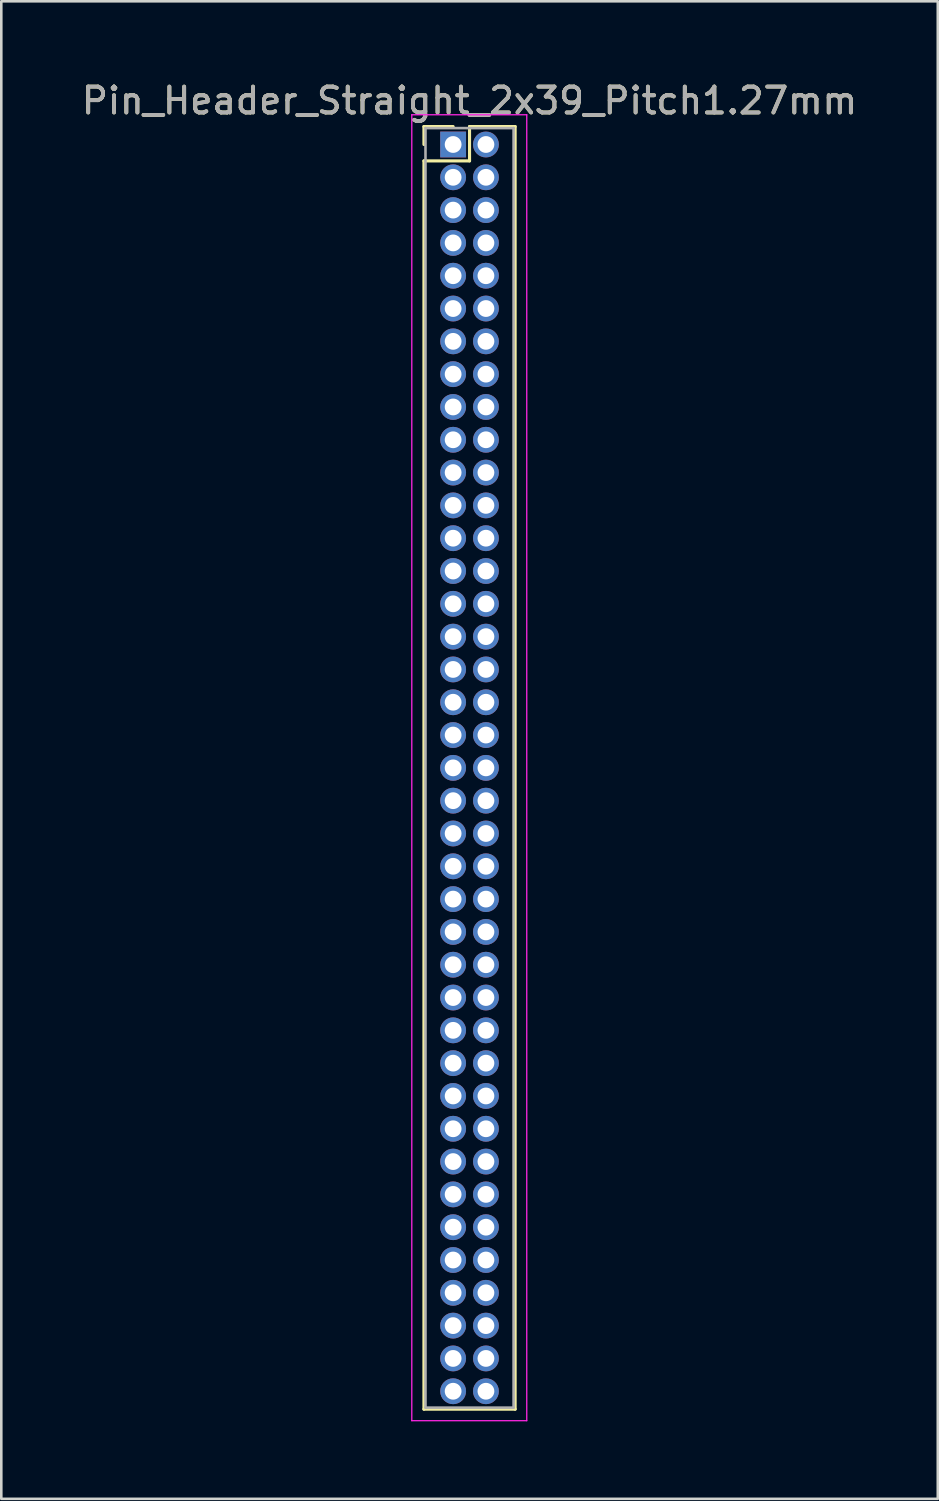
<source format=kicad_pcb>
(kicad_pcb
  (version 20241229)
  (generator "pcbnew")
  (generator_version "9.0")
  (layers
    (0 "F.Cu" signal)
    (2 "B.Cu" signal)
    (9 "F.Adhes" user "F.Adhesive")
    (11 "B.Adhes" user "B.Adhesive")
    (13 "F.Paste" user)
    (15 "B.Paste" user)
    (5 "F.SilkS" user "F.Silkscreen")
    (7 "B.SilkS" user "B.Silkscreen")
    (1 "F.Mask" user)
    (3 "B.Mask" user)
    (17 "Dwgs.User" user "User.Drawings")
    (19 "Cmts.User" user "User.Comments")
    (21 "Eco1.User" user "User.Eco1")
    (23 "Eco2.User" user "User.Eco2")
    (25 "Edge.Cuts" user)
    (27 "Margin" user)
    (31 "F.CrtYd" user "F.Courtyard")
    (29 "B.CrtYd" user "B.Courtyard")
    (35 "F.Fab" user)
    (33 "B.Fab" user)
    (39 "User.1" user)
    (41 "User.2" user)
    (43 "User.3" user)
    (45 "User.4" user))
  (footprint "Pin_Header_Straight_2x39_Pitch1.27mm"
    (layer "F.Cu")
    (at 14.49 2.543)
    (property "Reference" "Pin_Header_Straight_2x39_Pitch1.27mm" (at 0.635 -1.695 0) (layer "F.SilkS") (effects (font (size 1 1) (thickness 0.15))))
    (attr through_hole)
    (fp_line (start -1.13 -0.695) (end 0 -0.695) (stroke (width 0.12) (type solid)) (layer "F.SilkS"))
    (fp_line (start -1.13 0) (end -1.13 -0.695) (stroke (width 0.12) (type solid)) (layer "F.SilkS"))
    (fp_line (start -1.13 0.635) (end -1.13 48.955) (stroke (width 0.12) (type solid)) (layer "F.SilkS"))
    (fp_line (start -1.13 48.955) (end 2.4 48.955) (stroke (width 0.12) (type solid)) (layer "F.SilkS"))
    (fp_line (start 0.635 -0.695) (end 0.635 0.635) (stroke (width 0.12) (type solid)) (layer "F.SilkS"))
    (fp_line (start 0.635 0.635) (end -1.13 0.635) (stroke (width 0.12) (type solid)) (layer "F.SilkS"))
    (fp_line (start 2.4 -0.695) (end 0.635 -0.695) (stroke (width 0.12) (type solid)) (layer "F.SilkS"))
    (fp_line (start 2.4 48.955) (end 2.4 -0.695) (stroke (width 0.12) (type solid)) (layer "F.SilkS"))
    (fp_line (start -1.6 -1.15) (end -1.6 49.4) (stroke (width 0.05) (type solid)) (layer "F.CrtYd"))
    (fp_line (start -1.6 49.4) (end 2.85 49.4) (stroke (width 0.05) (type solid)) (layer "F.CrtYd"))
    (fp_line (start 2.85 -1.15) (end -1.6 -1.15) (stroke (width 0.05) (type solid)) (layer "F.CrtYd"))
    (fp_line (start 2.85 49.4) (end 2.85 -1.15) (stroke (width 0.05) (type solid)) (layer "F.CrtYd"))
    (fp_line (start -1.07 -0.635) (end -1.07 48.895) (stroke (width 0.1) (type solid)) (layer "F.Fab"))
    (fp_line (start -1.07 48.895) (end 2.34 48.895) (stroke (width 0.1) (type solid)) (layer "F.Fab"))
    (fp_line (start 2.34 -0.635) (end -1.07 -0.635) (stroke (width 0.1) (type solid)) (layer "F.Fab"))
    (fp_line (start 2.34 48.895) (end 2.34 -0.635) (stroke (width 0.1) (type solid)) (layer "F.Fab"))
    (fp_text user "${REFERENCE}" (at 0.635 -1.695 0) (layer "F.Fab") (effects (font (size 1 1) (thickness 0.15))))
    (pad "1" thru_hole rect (at 0 0) (size 1 1) (drill 0.65) (layers "*.Cu" "*.Mask"))
    (pad "2" thru_hole oval (at 1.27 0) (size 1 1) (drill 0.65) (layers "*.Cu" "*.Mask"))
    (pad "3" thru_hole oval (at 0 1.27) (size 1 1) (drill 0.65) (layers "*.Cu" "*.Mask"))
    (pad "4" thru_hole oval (at 1.27 1.27) (size 1 1) (drill 0.65) (layers "*.Cu" "*.Mask"))
    (pad "5" thru_hole oval (at 0 2.54) (size 1 1) (drill 0.65) (layers "*.Cu" "*.Mask"))
    (pad "6" thru_hole oval (at 1.27 2.54) (size 1 1) (drill 0.65) (layers "*.Cu" "*.Mask"))
    (pad "7" thru_hole oval (at 0 3.81) (size 1 1) (drill 0.65) (layers "*.Cu" "*.Mask"))
    (pad "8" thru_hole oval (at 1.27 3.81) (size 1 1) (drill 0.65) (layers "*.Cu" "*.Mask"))
    (pad "9" thru_hole oval (at 0 5.08) (size 1 1) (drill 0.65) (layers "*.Cu" "*.Mask"))
    (pad "10" thru_hole oval (at 1.27 5.08) (size 1 1) (drill 0.65) (layers "*.Cu" "*.Mask"))
    (pad "11" thru_hole oval (at 0 6.35) (size 1 1) (drill 0.65) (layers "*.Cu" "*.Mask"))
    (pad "12" thru_hole oval (at 1.27 6.35) (size 1 1) (drill 0.65) (layers "*.Cu" "*.Mask"))
    (pad "13" thru_hole oval (at 0 7.62) (size 1 1) (drill 0.65) (layers "*.Cu" "*.Mask"))
    (pad "14" thru_hole oval (at 1.27 7.62) (size 1 1) (drill 0.65) (layers "*.Cu" "*.Mask"))
    (pad "15" thru_hole oval (at 0 8.89) (size 1 1) (drill 0.65) (layers "*.Cu" "*.Mask"))
    (pad "16" thru_hole oval (at 1.27 8.89) (size 1 1) (drill 0.65) (layers "*.Cu" "*.Mask"))
    (pad "17" thru_hole oval (at 0 10.16) (size 1 1) (drill 0.65) (layers "*.Cu" "*.Mask"))
    (pad "18" thru_hole oval (at 1.27 10.16) (size 1 1) (drill 0.65) (layers "*.Cu" "*.Mask"))
    (pad "19" thru_hole oval (at 0 11.43) (size 1 1) (drill 0.65) (layers "*.Cu" "*.Mask"))
    (pad "20" thru_hole oval (at 1.27 11.43) (size 1 1) (drill 0.65) (layers "*.Cu" "*.Mask"))
    (pad "21" thru_hole oval (at 0 12.7) (size 1 1) (drill 0.65) (layers "*.Cu" "*.Mask"))
    (pad "22" thru_hole oval (at 1.27 12.7) (size 1 1) (drill 0.65) (layers "*.Cu" "*.Mask"))
    (pad "23" thru_hole oval (at 0 13.97) (size 1 1) (drill 0.65) (layers "*.Cu" "*.Mask"))
    (pad "24" thru_hole oval (at 1.27 13.97) (size 1 1) (drill 0.65) (layers "*.Cu" "*.Mask"))
    (pad "25" thru_hole oval (at 0 15.24) (size 1 1) (drill 0.65) (layers "*.Cu" "*.Mask"))
    (pad "26" thru_hole oval (at 1.27 15.24) (size 1 1) (drill 0.65) (layers "*.Cu" "*.Mask"))
    (pad "27" thru_hole oval (at 0 16.51) (size 1 1) (drill 0.65) (layers "*.Cu" "*.Mask"))
    (pad "28" thru_hole oval (at 1.27 16.51) (size 1 1) (drill 0.65) (layers "*.Cu" "*.Mask"))
    (pad "29" thru_hole oval (at 0 17.78) (size 1 1) (drill 0.65) (layers "*.Cu" "*.Mask"))
    (pad "30" thru_hole oval (at 1.27 17.78) (size 1 1) (drill 0.65) (layers "*.Cu" "*.Mask"))
    (pad "31" thru_hole oval (at 0 19.05) (size 1 1) (drill 0.65) (layers "*.Cu" "*.Mask"))
    (pad "32" thru_hole oval (at 1.27 19.05) (size 1 1) (drill 0.65) (layers "*.Cu" "*.Mask"))
    (pad "33" thru_hole oval (at 0 20.32) (size 1 1) (drill 0.65) (layers "*.Cu" "*.Mask"))
    (pad "34" thru_hole oval (at 1.27 20.32) (size 1 1) (drill 0.65) (layers "*.Cu" "*.Mask"))
    (pad "35" thru_hole oval (at 0 21.59) (size 1 1) (drill 0.65) (layers "*.Cu" "*.Mask"))
    (pad "36" thru_hole oval (at 1.27 21.59) (size 1 1) (drill 0.65) (layers "*.Cu" "*.Mask"))
    (pad "37" thru_hole oval (at 0 22.86) (size 1 1) (drill 0.65) (layers "*.Cu" "*.Mask"))
    (pad "38" thru_hole oval (at 1.27 22.86) (size 1 1) (drill 0.65) (layers "*.Cu" "*.Mask"))
    (pad "39" thru_hole oval (at 0 24.13) (size 1 1) (drill 0.65) (layers "*.Cu" "*.Mask"))
    (pad "40" thru_hole oval (at 1.27 24.13) (size 1 1) (drill 0.65) (layers "*.Cu" "*.Mask"))
    (pad "41" thru_hole oval (at 0 25.4) (size 1 1) (drill 0.65) (layers "*.Cu" "*.Mask"))
    (pad "42" thru_hole oval (at 1.27 25.4) (size 1 1) (drill 0.65) (layers "*.Cu" "*.Mask"))
    (pad "43" thru_hole oval (at 0 26.67) (size 1 1) (drill 0.65) (layers "*.Cu" "*.Mask"))
    (pad "44" thru_hole oval (at 1.27 26.67) (size 1 1) (drill 0.65) (layers "*.Cu" "*.Mask"))
    (pad "45" thru_hole oval (at 0 27.94) (size 1 1) (drill 0.65) (layers "*.Cu" "*.Mask"))
    (pad "46" thru_hole oval (at 1.27 27.94) (size 1 1) (drill 0.65) (layers "*.Cu" "*.Mask"))
    (pad "47" thru_hole oval (at 0 29.21) (size 1 1) (drill 0.65) (layers "*.Cu" "*.Mask"))
    (pad "48" thru_hole oval (at 1.27 29.21) (size 1 1) (drill 0.65) (layers "*.Cu" "*.Mask"))
    (pad "49" thru_hole oval (at 0 30.48) (size 1 1) (drill 0.65) (layers "*.Cu" "*.Mask"))
    (pad "50" thru_hole oval (at 1.27 30.48) (size 1 1) (drill 0.65) (layers "*.Cu" "*.Mask"))
    (pad "51" thru_hole oval (at 0 31.75) (size 1 1) (drill 0.65) (layers "*.Cu" "*.Mask"))
    (pad "52" thru_hole oval (at 1.27 31.75) (size 1 1) (drill 0.65) (layers "*.Cu" "*.Mask"))
    (pad "53" thru_hole oval (at 0 33.02) (size 1 1) (drill 0.65) (layers "*.Cu" "*.Mask"))
    (pad "54" thru_hole oval (at 1.27 33.02) (size 1 1) (drill 0.65) (layers "*.Cu" "*.Mask"))
    (pad "55" thru_hole oval (at 0 34.29) (size 1 1) (drill 0.65) (layers "*.Cu" "*.Mask"))
    (pad "56" thru_hole oval (at 1.27 34.29) (size 1 1) (drill 0.65) (layers "*.Cu" "*.Mask"))
    (pad "57" thru_hole oval (at 0 35.56) (size 1 1) (drill 0.65) (layers "*.Cu" "*.Mask"))
    (pad "58" thru_hole oval (at 1.27 35.56) (size 1 1) (drill 0.65) (layers "*.Cu" "*.Mask"))
    (pad "59" thru_hole oval (at 0 36.83) (size 1 1) (drill 0.65) (layers "*.Cu" "*.Mask"))
    (pad "60" thru_hole oval (at 1.27 36.83) (size 1 1) (drill 0.65) (layers "*.Cu" "*.Mask"))
    (pad "61" thru_hole oval (at 0 38.1) (size 1 1) (drill 0.65) (layers "*.Cu" "*.Mask"))
    (pad "62" thru_hole oval (at 1.27 38.1) (size 1 1) (drill 0.65) (layers "*.Cu" "*.Mask"))
    (pad "63" thru_hole oval (at 0 39.37) (size 1 1) (drill 0.65) (layers "*.Cu" "*.Mask"))
    (pad "64" thru_hole oval (at 1.27 39.37) (size 1 1) (drill 0.65) (layers "*.Cu" "*.Mask"))
    (pad "65" thru_hole oval (at 0 40.64) (size 1 1) (drill 0.65) (layers "*.Cu" "*.Mask"))
    (pad "66" thru_hole oval (at 1.27 40.64) (size 1 1) (drill 0.65) (layers "*.Cu" "*.Mask"))
    (pad "67" thru_hole oval (at 0 41.91) (size 1 1) (drill 0.65) (layers "*.Cu" "*.Mask"))
    (pad "68" thru_hole oval (at 1.27 41.91) (size 1 1) (drill 0.65) (layers "*.Cu" "*.Mask"))
    (pad "69" thru_hole oval (at 0 43.18) (size 1 1) (drill 0.65) (layers "*.Cu" "*.Mask"))
    (pad "70" thru_hole oval (at 1.27 43.18) (size 1 1) (drill 0.65) (layers "*.Cu" "*.Mask"))
    (pad "71" thru_hole oval (at 0 44.45) (size 1 1) (drill 0.65) (layers "*.Cu" "*.Mask"))
    (pad "72" thru_hole oval (at 1.27 44.45) (size 1 1) (drill 0.65) (layers "*.Cu" "*.Mask"))
    (pad "73" thru_hole oval (at 0 45.72) (size 1 1) (drill 0.65) (layers "*.Cu" "*.Mask"))
    (pad "74" thru_hole oval (at 1.27 45.72) (size 1 1) (drill 0.65) (layers "*.Cu" "*.Mask"))
    (pad "75" thru_hole oval (at 0 46.99) (size 1 1) (drill 0.65) (layers "*.Cu" "*.Mask"))
    (pad "76" thru_hole oval (at 1.27 46.99) (size 1 1) (drill 0.65) (layers "*.Cu" "*.Mask"))
    (pad "77" thru_hole oval (at 0 48.26) (size 1 1) (drill 0.65) (layers "*.Cu" "*.Mask"))
    (pad "78" thru_hole oval (at 1.27 48.26) (size 1 1) (drill 0.65) (layers "*.Cu" "*.Mask")))
  (gr_rect
    (start -3 -3)
    (end 33.25 54.968)
    (stroke (width 0.1) (type default))
    (fill no)
    (layer "Edge.Cuts")))
</source>
